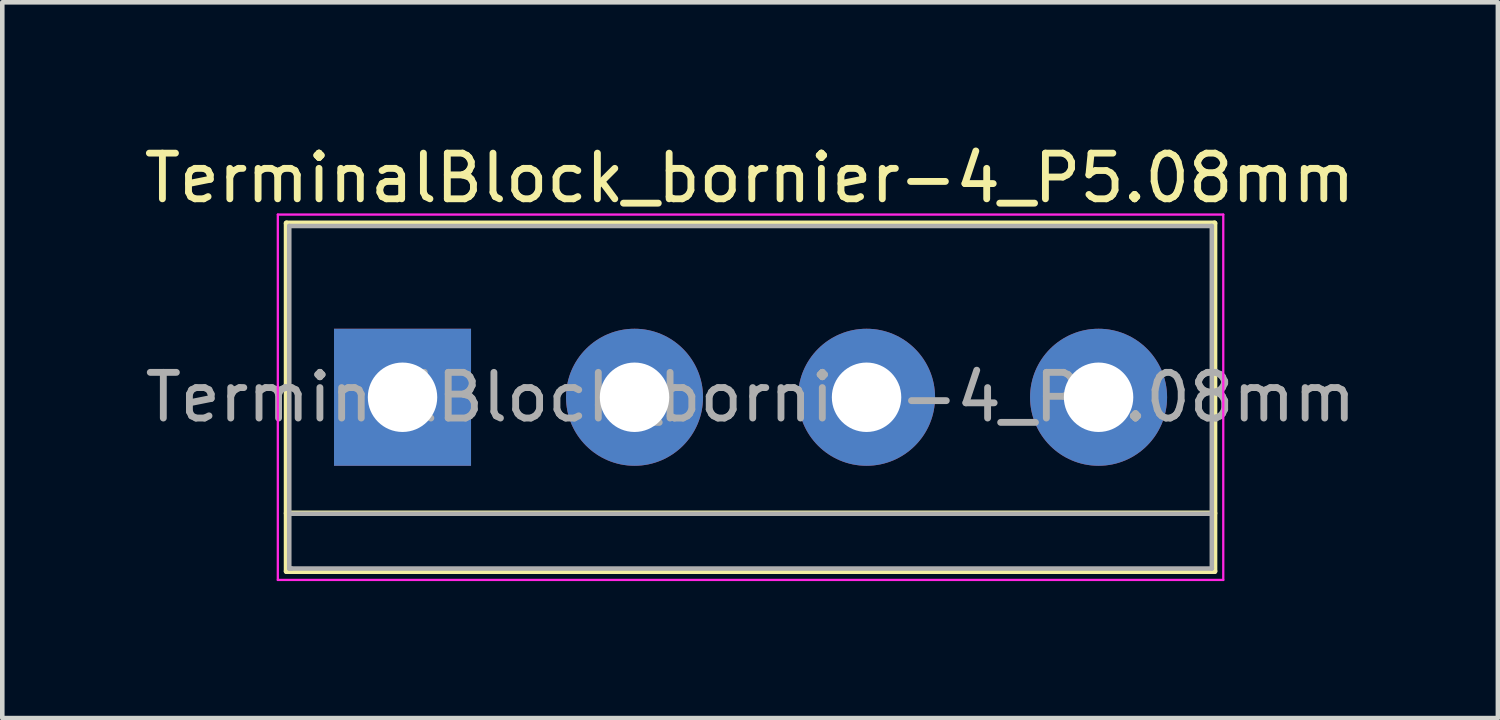
<source format=kicad_pcb>
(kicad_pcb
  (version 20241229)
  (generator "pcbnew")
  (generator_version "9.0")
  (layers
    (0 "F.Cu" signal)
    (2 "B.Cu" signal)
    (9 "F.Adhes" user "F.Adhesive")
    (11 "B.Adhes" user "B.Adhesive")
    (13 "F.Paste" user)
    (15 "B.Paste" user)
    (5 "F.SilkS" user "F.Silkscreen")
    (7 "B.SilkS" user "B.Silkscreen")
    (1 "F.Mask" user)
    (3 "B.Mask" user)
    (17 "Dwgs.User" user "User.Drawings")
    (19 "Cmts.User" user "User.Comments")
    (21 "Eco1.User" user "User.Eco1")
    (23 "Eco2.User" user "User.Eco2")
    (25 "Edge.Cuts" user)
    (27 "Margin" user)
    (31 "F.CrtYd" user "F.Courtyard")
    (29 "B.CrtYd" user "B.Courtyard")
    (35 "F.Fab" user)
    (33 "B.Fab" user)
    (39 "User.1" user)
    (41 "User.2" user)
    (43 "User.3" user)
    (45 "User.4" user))
  (footprint "TerminalBlock_bornier-4_P5.08mm"
    (layer "F.Cu")
    (at 5.763 5.648)
    (property "Reference" "TerminalBlock_bornier-4_P5.08mm" (at 7.6 -4.8 0) (layer "F.SilkS") (effects (font (size 1 1) (thickness 0.15))))
    (attr through_hole)
    (fp_line (start -2.54 -3.81) (end -2.54 3.81) (stroke (width 0.12) (type solid)) (layer "F.SilkS"))
    (fp_line (start -2.54 -3.81) (end 17.78 -3.81) (stroke (width 0.12) (type solid)) (layer "F.SilkS"))
    (fp_line (start -2.54 3.81) (end 17.78 3.81) (stroke (width 0.12) (type solid)) (layer "F.SilkS"))
    (fp_line (start 17.78 2.54) (end -2.54 2.54) (stroke (width 0.12) (type solid)) (layer "F.SilkS"))
    (fp_line (start 17.78 3.81) (end 17.78 -3.81) (stroke (width 0.12) (type solid)) (layer "F.SilkS"))
    (fp_line (start -2.73 -4) (end -2.73 4) (stroke (width 0.05) (type solid)) (layer "F.CrtYd"))
    (fp_line (start -2.73 -4) (end 17.97 -4) (stroke (width 0.05) (type solid)) (layer "F.CrtYd"))
    (fp_line (start 17.97 4) (end -2.73 4) (stroke (width 0.05) (type solid)) (layer "F.CrtYd"))
    (fp_line (start 17.97 4) (end 17.97 -4) (stroke (width 0.05) (type solid)) (layer "F.CrtYd"))
    (fp_line (start -2.48 -3.75) (end 17.72 -3.75) (stroke (width 0.1) (type solid)) (layer "F.Fab"))
    (fp_line (start -2.48 2.55) (end 17.72 2.55) (stroke (width 0.1) (type solid)) (layer "F.Fab"))
    (fp_line (start -2.48 3.75) (end -2.48 -3.75) (stroke (width 0.1) (type solid)) (layer "F.Fab"))
    (fp_line (start -2.43 3.75) (end -2.48 3.75) (stroke (width 0.1) (type solid)) (layer "F.Fab"))
    (fp_line (start 17.72 -3.75) (end 17.72 3.75) (stroke (width 0.1) (type solid)) (layer "F.Fab"))
    (fp_line (start 17.72 3.75) (end -2.43 3.75) (stroke (width 0.1) (type solid)) (layer "F.Fab"))
    (fp_text user "${REFERENCE}" (at 7.62 0 0) (layer "F.Fab") (effects (font (size 1 1) (thickness 0.15))))
    (pad "1" thru_hole rect (at 0 0) (size 3 3) (drill 1.52) (layers "*.Cu" "*.Mask"))
    (pad "2" thru_hole circle (at 5.08 0) (size 3 3) (drill 1.52) (layers "*.Cu" "*.Mask"))
    (pad "3" thru_hole circle (at 10.16 0) (size 3 3) (drill 1.52) (layers "*.Cu" "*.Mask"))
    (pad "4" thru_hole circle (at 15.24 0) (size 3 3) (drill 1.52) (layers "*.Cu" "*.Mask")))
  (gr_rect
    (start -3 -3)
    (end 29.746 12.673)
    (stroke (width 0.1) (type default))
    (fill no)
    (layer "Edge.Cuts")))
</source>
